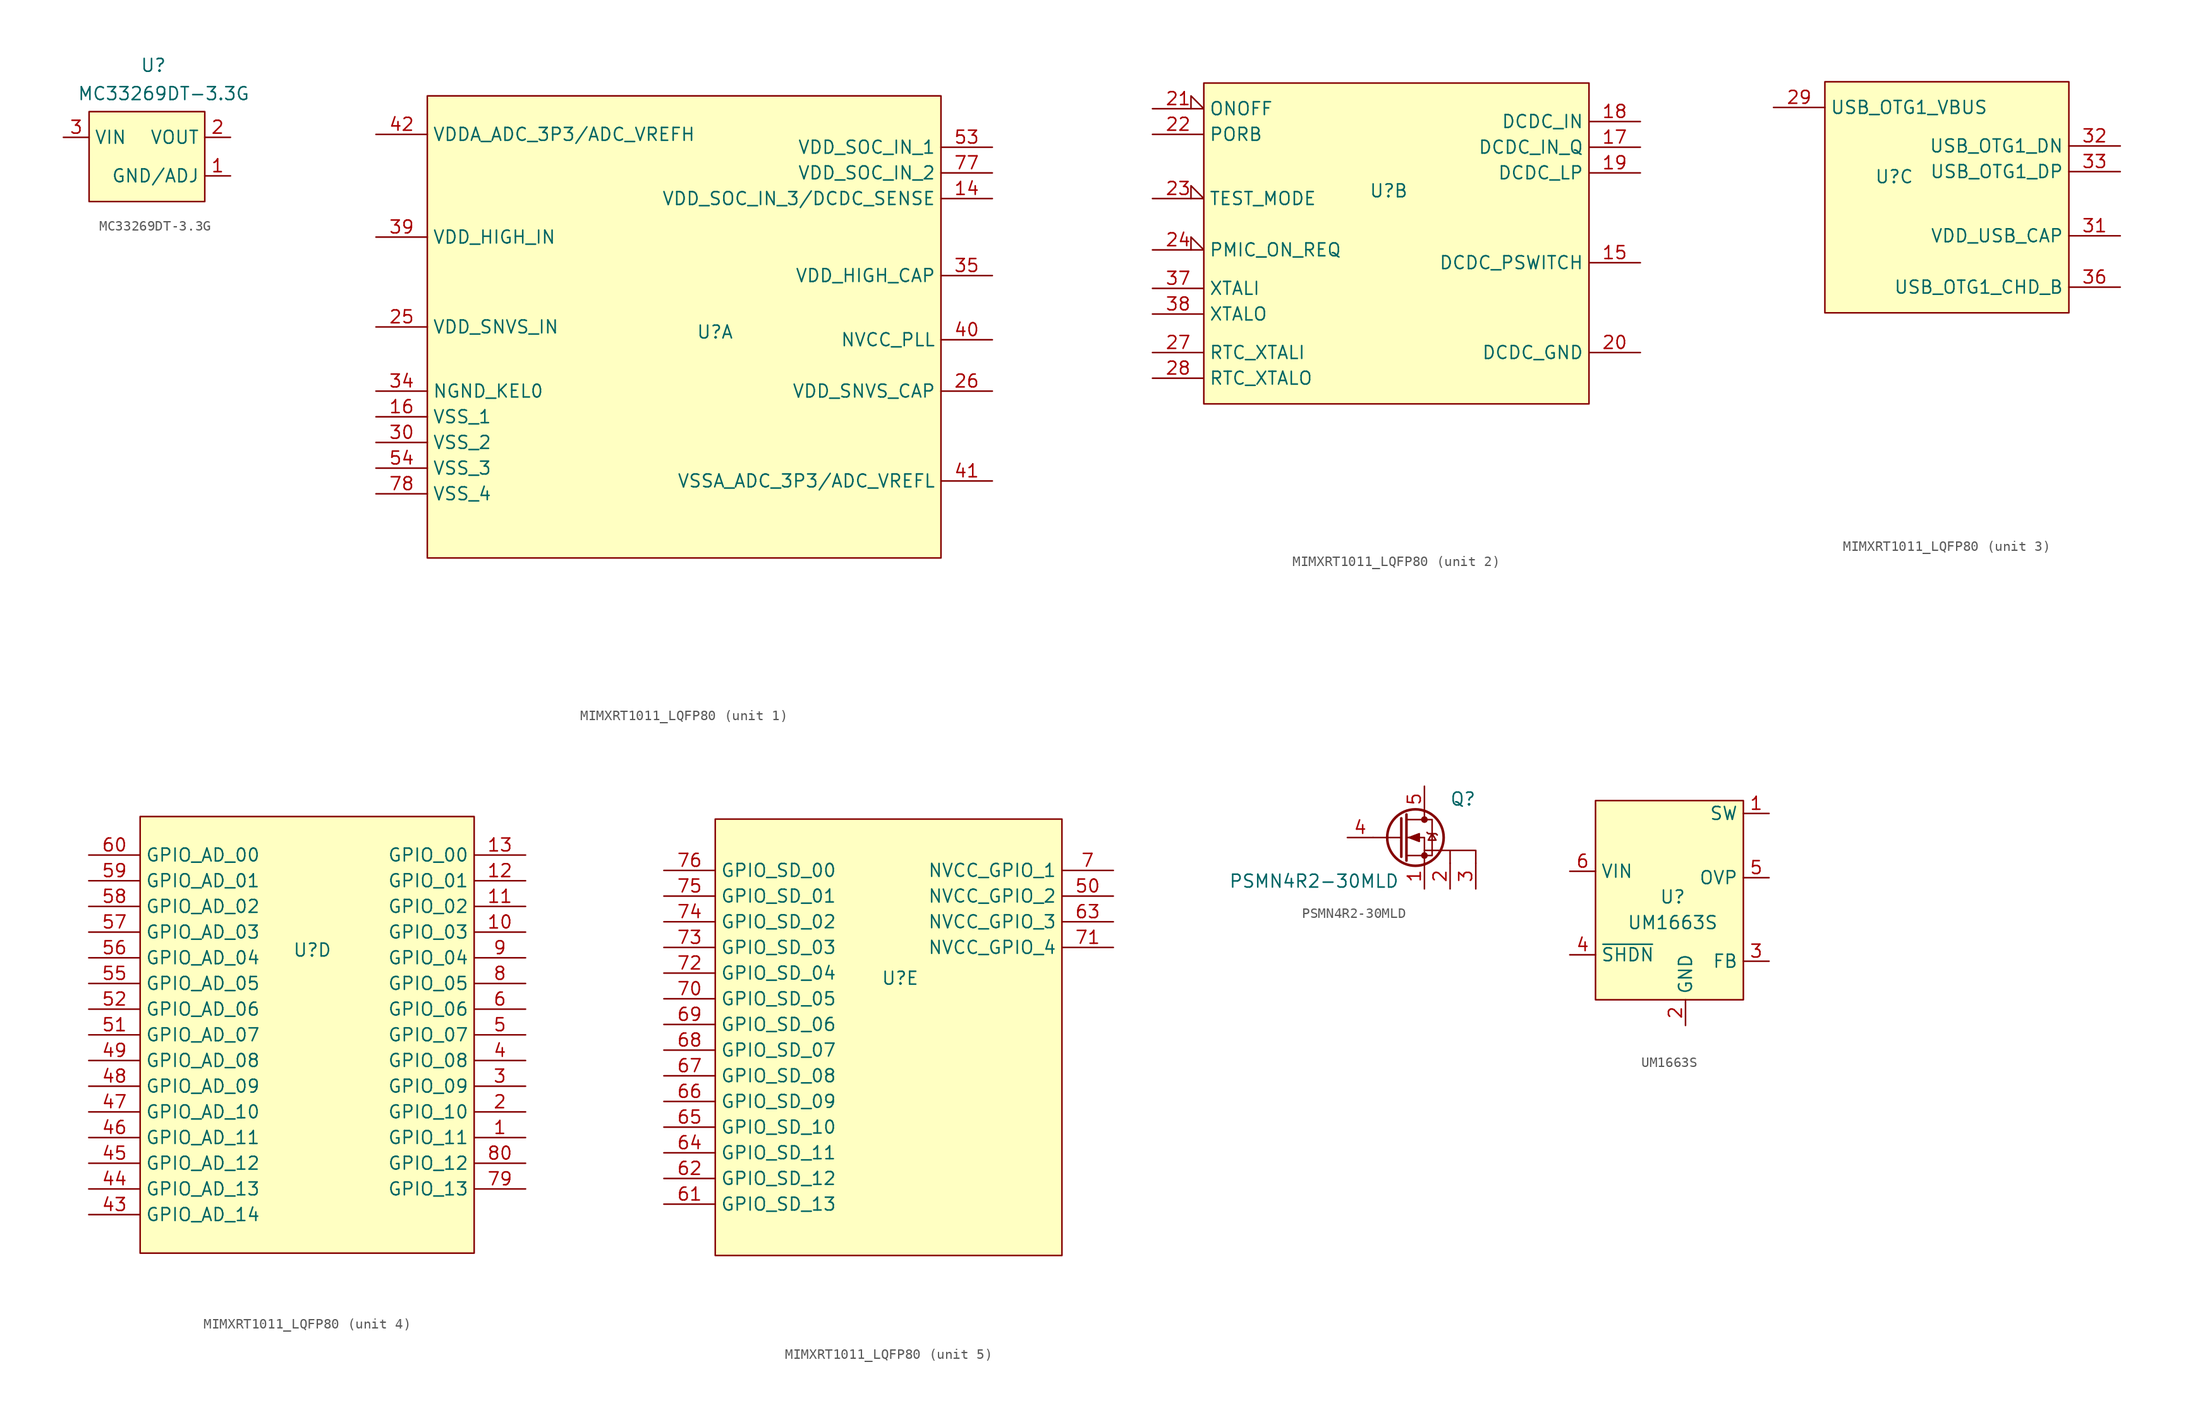
<source format=kicad_sym>
(kicad_symbol_lib
  (version 20241209)
  (generator "kicad_symbol_editor")
  (generator_version "9.0")
  (symbol "MC33269DT-3.3G"
    (property "Reference" "U"
      (at 0 0.762 0)
      (effects (font (size 1.27 1.27))))
    (property "Value" "MC33269DT-3.3G"
      (at 1.016 -2.032 0)
      (effects (font (size 1.27 1.27))))
    (symbol "MC33269DT-3.3G_1_1"
      (rectangle (start -6.35 -3.81) (end 5.08 -12.7) (stroke (width 0) (type solid)) (fill (type background)))
      (pin input line (at -8.89 -6.35 0) (length 2.54) (name "VIN" (effects (font (size 1.27 1.27)))) (number "3" (effects (font (size 1.27 1.27)))))
      (pin input line (at 7.62 -6.35 180) (length 2.54) (name "VOUT" (effects (font (size 1.27 1.27)))) (number "2" (effects (font (size 1.27 1.27)))))
      (pin input line (at 7.62 -10.16 180) (length 2.54) (name "GND/ADJ" (effects (font (size 1.27 1.27)))) (number "1" (effects (font (size 1.27 1.27)))))))
  (symbol "MIMXRT1011_LQFP80"
    (property "Reference" "U"
      (at -0.762 0.762 0)
      (effects (font (size 1.27 1.27))))
    (property "Value" ""
      (at -10.16 -30.48 0)
      (effects (font (size 1.27 1.27))))
    (property "ki_locked" ""
      (at 0 0 0)
      (effects (font (size 1.27 1.27))))
    (symbol "MIMXRT1011_LQFP80_1_1"
      (rectangle (start -29.21 24.13) (end 21.59 -21.59) (stroke (width 0) (type default)) (fill (type background)))
      (pin input line (at -34.29 20.32 0) (length 5.08) (name "VDDA_ADC_3P3/ADC_VREFH" (effects (font (size 1.27 1.27)))) (number "42" (effects (font (size 1.27 1.27)))))
      (pin input line (at -34.29 10.16 0) (length 5.08) (name "VDD_HIGH_IN" (effects (font (size 1.27 1.27)))) (number "39" (effects (font (size 1.27 1.27)))))
      (pin input line (at -34.29 1.27 0) (length 5.08) (name "VDD_SNVS_IN" (effects (font (size 1.27 1.27)))) (number "25" (effects (font (size 1.27 1.27)))))
      (pin input line (at -34.29 -5.08 0) (length 5.08) (name "NGND_KEL0" (effects (font (size 1.27 1.27)))) (number "34" (effects (font (size 1.27 1.27)))))
      (pin input line (at -34.29 -7.62 0) (length 5.08) (name "VSS_1" (effects (font (size 1.27 1.27)))) (number "16" (effects (font (size 1.27 1.27)))))
      (pin input line (at -34.29 -10.16 0) (length 5.08) (name "VSS_2" (effects (font (size 1.27 1.27)))) (number "30" (effects (font (size 1.27 1.27)))))
      (pin input line (at -34.29 -12.7 0) (length 5.08) (name "VSS_3" (effects (font (size 1.27 1.27)))) (number "54" (effects (font (size 1.27 1.27)))))
      (pin input line (at -34.29 -15.24 0) (length 5.08) (name "VSS_4" (effects (font (size 1.27 1.27)))) (number "78" (effects (font (size 1.27 1.27)))))
      (pin input line (at 26.67 19.05 180) (length 5.08) (name "VDD_SOC_IN_1" (effects (font (size 1.27 1.27)))) (number "53" (effects (font (size 1.27 1.27)))))
      (pin input line (at 26.67 16.51 180) (length 5.08) (name "VDD_SOC_IN_2" (effects (font (size 1.27 1.27)))) (number "77" (effects (font (size 1.27 1.27)))))
      (pin input line (at 26.67 13.97 180) (length 5.08) (name "VDD_SOC_IN_3/DCDC_SENSE" (effects (font (size 1.27 1.27)))) (number "14" (effects (font (size 1.27 1.27)))))
      (pin input line (at 26.67 6.35 180) (length 5.08) (name "VDD_HIGH_CAP" (effects (font (size 1.27 1.27)))) (number "35" (effects (font (size 1.27 1.27)))))
      (pin input line (at 26.67 0 180) (length 5.08) (name "NVCC_PLL" (effects (font (size 1.27 1.27)))) (number "40" (effects (font (size 1.27 1.27)))))
      (pin input line (at 26.67 -5.08 180) (length 5.08) (name "VDD_SNVS_CAP" (effects (font (size 1.27 1.27)))) (number "26" (effects (font (size 1.27 1.27)))))
      (pin input line (at 26.67 -13.97 180) (length 5.08) (name "VSSA_ADC_3P3/ADC_VREFL" (effects (font (size 1.27 1.27)))) (number "41" (effects (font (size 1.27 1.27))))))
    (symbol "MIMXRT1011_LQFP80_2_1"
      (rectangle (start -19.05 11.43) (end 19.05 -20.32) (stroke (width 0) (type default)) (fill (type background)))
      (pin input input_low (at -24.13 8.89 0) (length 5.08) (name "ONOFF" (effects (font (size 1.27 1.27)))) (number "21" (effects (font (size 1.27 1.27)))))
      (pin input line (at -24.13 6.35 0) (length 5.08) (name "PORB" (effects (font (size 1.27 1.27)))) (number "22" (effects (font (size 1.27 1.27)))))
      (pin input input_low (at -24.13 0 0) (length 5.08) (name "TEST_MODE" (effects (font (size 1.27 1.27)))) (number "23" (effects (font (size 1.27 1.27)))))
      (pin input input_low (at -24.13 -5.08 0) (length 5.08) (name "PMIC_ON_REQ" (effects (font (size 1.27 1.27)))) (number "24" (effects (font (size 1.27 1.27)))))
      (pin input line (at -24.13 -8.89 0) (length 5.08) (name "XTALI" (effects (font (size 1.27 1.27)))) (number "37" (effects (font (size 1.27 1.27)))))
      (pin input line (at -24.13 -11.43 0) (length 5.08) (name "XTALO" (effects (font (size 1.27 1.27)))) (number "38" (effects (font (size 1.27 1.27)))))
      (pin input line (at -24.13 -15.24 0) (length 5.08) (name "RTC_XTALI" (effects (font (size 1.27 1.27)))) (number "27" (effects (font (size 1.27 1.27)))))
      (pin input line (at -24.13 -17.78 0) (length 5.08) (name "RTC_XTALO" (effects (font (size 1.27 1.27)))) (number "28" (effects (font (size 1.27 1.27)))))
      (pin input line (at 24.13 7.62 180) (length 5.08) (name "DCDC_IN" (effects (font (size 1.27 1.27)))) (number "18" (effects (font (size 1.27 1.27)))))
      (pin input line (at 24.13 5.08 180) (length 5.08) (name "DCDC_IN_Q" (effects (font (size 1.27 1.27)))) (number "17" (effects (font (size 1.27 1.27)))))
      (pin input line (at 24.13 2.54 180) (length 5.08) (name "DCDC_LP" (effects (font (size 1.27 1.27)))) (number "19" (effects (font (size 1.27 1.27)))))
      (pin input line (at 24.13 -6.35 180) (length 5.08) (name "DCDC_PSWITCH" (effects (font (size 1.27 1.27)))) (number "15" (effects (font (size 1.27 1.27)))))
      (pin input line (at 24.13 -15.24 180) (length 5.08) (name "DCDC_GND" (effects (font (size 1.27 1.27)))) (number "20" (effects (font (size 1.27 1.27))))))
    (symbol "MIMXRT1011_LQFP80_3_1"
      (rectangle (start -7.62 10.16) (end 16.51 -12.7) (stroke (width 0) (type default)) (fill (type background)))
      (pin input line (at -12.7 7.62 0) (length 5.08) (name "USB_OTG1_VBUS" (effects (font (size 1.27 1.27)))) (number "29" (effects (font (size 1.27 1.27)))))
      (pin input line (at 21.59 3.81 180) (length 5.08) (name "USB_OTG1_DN" (effects (font (size 1.27 1.27)))) (number "32" (effects (font (size 1.27 1.27)))))
      (pin input line (at 21.59 1.27 180) (length 5.08) (name "USB_OTG1_DP" (effects (font (size 1.27 1.27)))) (number "33" (effects (font (size 1.27 1.27)))))
      (pin input line (at 21.59 -5.08 180) (length 5.08) (name "VDD_USB_CAP" (effects (font (size 1.27 1.27)))) (number "31" (effects (font (size 1.27 1.27)))))
      (pin input line (at 21.59 -10.16 180) (length 5.08) (name "USB_OTG1_CHD_B" (effects (font (size 1.27 1.27)))) (number "36" (effects (font (size 1.27 1.27))))))
    (symbol "MIMXRT1011_LQFP80_4_1"
      (rectangle (start -17.78 13.97) (end 15.24 -29.21) (stroke (width 0) (type default)) (fill (type background)))
      (pin input line (at -22.86 10.16 0) (length 5.08) (name "GPIO_AD_00" (effects (font (size 1.27 1.27)))) (number "60" (effects (font (size 1.27 1.27)))))
      (pin input line (at -22.86 7.62 0) (length 5.08) (name "GPIO_AD_01" (effects (font (size 1.27 1.27)))) (number "59" (effects (font (size 1.27 1.27)))))
      (pin input line (at -22.86 5.08 0) (length 5.08) (name "GPIO_AD_02" (effects (font (size 1.27 1.27)))) (number "58" (effects (font (size 1.27 1.27)))))
      (pin input line (at -22.86 2.54 0) (length 5.08) (name "GPIO_AD_03" (effects (font (size 1.27 1.27)))) (number "57" (effects (font (size 1.27 1.27)))))
      (pin input line (at -22.86 0 0) (length 5.08) (name "GPIO_AD_04" (effects (font (size 1.27 1.27)))) (number "56" (effects (font (size 1.27 1.27)))))
      (pin input line (at -22.86 -2.54 0) (length 5.08) (name "GPIO_AD_05" (effects (font (size 1.27 1.27)))) (number "55" (effects (font (size 1.27 1.27)))))
      (pin input line (at -22.86 -5.08 0) (length 5.08) (name "GPIO_AD_06" (effects (font (size 1.27 1.27)))) (number "52" (effects (font (size 1.27 1.27)))))
      (pin input line (at -22.86 -7.62 0) (length 5.08) (name "GPIO_AD_07" (effects (font (size 1.27 1.27)))) (number "51" (effects (font (size 1.27 1.27)))))
      (pin input line (at -22.86 -10.16 0) (length 5.08) (name "GPIO_AD_08" (effects (font (size 1.27 1.27)))) (number "49" (effects (font (size 1.27 1.27)))))
      (pin input line (at -22.86 -12.7 0) (length 5.08) (name "GPIO_AD_09" (effects (font (size 1.27 1.27)))) (number "48" (effects (font (size 1.27 1.27)))))
      (pin input line (at -22.86 -15.24 0) (length 5.08) (name "GPIO_AD_10" (effects (font (size 1.27 1.27)))) (number "47" (effects (font (size 1.27 1.27)))))
      (pin input line (at -22.86 -17.78 0) (length 5.08) (name "GPIO_AD_11" (effects (font (size 1.27 1.27)))) (number "46" (effects (font (size 1.27 1.27)))))
      (pin input line (at -22.86 -20.32 0) (length 5.08) (name "GPIO_AD_12" (effects (font (size 1.27 1.27)))) (number "45" (effects (font (size 1.27 1.27)))))
      (pin input line (at -22.86 -22.86 0) (length 5.08) (name "GPIO_AD_13" (effects (font (size 1.27 1.27)))) (number "44" (effects (font (size 1.27 1.27)))))
      (pin input line (at -22.86 -25.4 0) (length 5.08) (name "GPIO_AD_14" (effects (font (size 1.27 1.27)))) (number "43" (effects (font (size 1.27 1.27)))))
      (pin input line (at 20.32 10.16 180) (length 5.08) (name "GPIO_00" (effects (font (size 1.27 1.27)))) (number "13" (effects (font (size 1.27 1.27)))))
      (pin input line (at 20.32 7.62 180) (length 5.08) (name "GPIO_01" (effects (font (size 1.27 1.27)))) (number "12" (effects (font (size 1.27 1.27)))))
      (pin input line (at 20.32 5.08 180) (length 5.08) (name "GPIO_02" (effects (font (size 1.27 1.27)))) (number "11" (effects (font (size 1.27 1.27)))))
      (pin input line (at 20.32 2.54 180) (length 5.08) (name "GPIO_03" (effects (font (size 1.27 1.27)))) (number "10" (effects (font (size 1.27 1.27)))))
      (pin input line (at 20.32 0 180) (length 5.08) (name "GPIO_04" (effects (font (size 1.27 1.27)))) (number "9" (effects (font (size 1.27 1.27)))))
      (pin input line (at 20.32 -2.54 180) (length 5.08) (name "GPIO_05" (effects (font (size 1.27 1.27)))) (number "8" (effects (font (size 1.27 1.27)))))
      (pin input line (at 20.32 -5.08 180) (length 5.08) (name "GPIO_06" (effects (font (size 1.27 1.27)))) (number "6" (effects (font (size 1.27 1.27)))))
      (pin input line (at 20.32 -7.62 180) (length 5.08) (name "GPIO_07" (effects (font (size 1.27 1.27)))) (number "5" (effects (font (size 1.27 1.27)))))
      (pin input line (at 20.32 -10.16 180) (length 5.08) (name "GPIO_08" (effects (font (size 1.27 1.27)))) (number "4" (effects (font (size 1.27 1.27)))))
      (pin input line (at 20.32 -12.7 180) (length 5.08) (name "GPIO_09" (effects (font (size 1.27 1.27)))) (number "3" (effects (font (size 1.27 1.27)))))
      (pin input line (at 20.32 -15.24 180) (length 5.08) (name "GPIO_10" (effects (font (size 1.27 1.27)))) (number "2" (effects (font (size 1.27 1.27)))))
      (pin input line (at 20.32 -17.78 180) (length 5.08) (name "GPIO_11" (effects (font (size 1.27 1.27)))) (number "1" (effects (font (size 1.27 1.27)))))
      (pin input line (at 20.32 -20.32 180) (length 5.08) (name "GPIO_12" (effects (font (size 1.27 1.27)))) (number "80" (effects (font (size 1.27 1.27)))))
      (pin input line (at 20.32 -22.86 180) (length 5.08) (name "GPIO_13" (effects (font (size 1.27 1.27)))) (number "79" (effects (font (size 1.27 1.27))))))
    (symbol "MIMXRT1011_LQFP80_5_1"
      (rectangle (start -19.05 16.51) (end 15.24 -26.67) (stroke (width 0) (type default)) (fill (type background)))
      (pin input line (at -24.13 11.43 0) (length 5.08) (name "GPIO_SD_00" (effects (font (size 1.27 1.27)))) (number "76" (effects (font (size 1.27 1.27)))))
      (pin input line (at -24.13 8.89 0) (length 5.08) (name "GPIO_SD_01" (effects (font (size 1.27 1.27)))) (number "75" (effects (font (size 1.27 1.27)))))
      (pin input line (at -24.13 6.35 0) (length 5.08) (name "GPIO_SD_02" (effects (font (size 1.27 1.27)))) (number "74" (effects (font (size 1.27 1.27)))))
      (pin input line (at -24.13 3.81 0) (length 5.08) (name "GPIO_SD_03" (effects (font (size 1.27 1.27)))) (number "73" (effects (font (size 1.27 1.27)))))
      (pin input line (at -24.13 1.27 0) (length 5.08) (name "GPIO_SD_04" (effects (font (size 1.27 1.27)))) (number "72" (effects (font (size 1.27 1.27)))))
      (pin input line (at -24.13 -1.27 0) (length 5.08) (name "GPIO_SD_05" (effects (font (size 1.27 1.27)))) (number "70" (effects (font (size 1.27 1.27)))))
      (pin input line (at -24.13 -3.81 0) (length 5.08) (name "GPIO_SD_06" (effects (font (size 1.27 1.27)))) (number "69" (effects (font (size 1.27 1.27)))))
      (pin input line (at -24.13 -6.35 0) (length 5.08) (name "GPIO_SD_07" (effects (font (size 1.27 1.27)))) (number "68" (effects (font (size 1.27 1.27)))))
      (pin input line (at -24.13 -8.89 0) (length 5.08) (name "GPIO_SD_08" (effects (font (size 1.27 1.27)))) (number "67" (effects (font (size 1.27 1.27)))))
      (pin input line (at -24.13 -11.43 0) (length 5.08) (name "GPIO_SD_09" (effects (font (size 1.27 1.27)))) (number "66" (effects (font (size 1.27 1.27)))))
      (pin input line (at -24.13 -13.97 0) (length 5.08) (name "GPIO_SD_10" (effects (font (size 1.27 1.27)))) (number "65" (effects (font (size 1.27 1.27)))))
      (pin input line (at -24.13 -16.51 0) (length 5.08) (name "GPIO_SD_11" (effects (font (size 1.27 1.27)))) (number "64" (effects (font (size 1.27 1.27)))))
      (pin input line (at -24.13 -19.05 0) (length 5.08) (name "GPIO_SD_12" (effects (font (size 1.27 1.27)))) (number "62" (effects (font (size 1.27 1.27)))))
      (pin input line (at -24.13 -21.59 0) (length 5.08) (name "GPIO_SD_13" (effects (font (size 1.27 1.27)))) (number "61" (effects (font (size 1.27 1.27)))))
      (pin input line (at 20.32 11.43 180) (length 5.08) (name "NVCC_GPIO_1" (effects (font (size 1.27 1.27)))) (number "7" (effects (font (size 1.27 1.27)))))
      (pin input line (at 20.32 8.89 180) (length 5.08) (name "NVCC_GPIO_2" (effects (font (size 1.27 1.27)))) (number "50" (effects (font (size 1.27 1.27)))))
      (pin input line (at 20.32 6.35 180) (length 5.08) (name "NVCC_GPIO_3" (effects (font (size 1.27 1.27)))) (number "63" (effects (font (size 1.27 1.27)))))
      (pin input line (at 20.32 3.81 180) (length 5.08) (name "NVCC_GPIO_4" (effects (font (size 1.27 1.27)))) (number "71" (effects (font (size 1.27 1.27)))))))
  (symbol "PSMN4R2-30MLD"
    (pin_names
      (hide yes))
    (property "Reference" "Q"
      (at 0 0 0)
      (effects (font (size 1.27 1.27))))
    (property "Value" "PSMN4R2-30MLD"
      (at -14.732 -8.128 0)
      (effects (font (size 1.27 1.27))))
    (symbol "PSMN4R2-30MLD_0_1"
      (polyline (pts (xy -6.096 -1.905) (xy -6.096 -5.715)) (stroke (width 0.254) (type default)) (fill (type none)))
      (polyline (pts (xy -6.096 -3.81) (xy -8.89 -3.81)) (stroke (width 0) (type default)) (fill (type none)))
      (polyline (pts (xy -5.588 -1.524) (xy -5.588 -6.096)) (stroke (width 0.254) (type default)) (fill (type none)))
      (polyline (pts (xy -5.588 -5.588) (xy -3.048 -5.588) (xy -3.048 -2.032) (xy -5.588 -2.032)) (stroke (width 0) (type default)) (fill (type none)))
      (polyline (pts (xy -5.334 -3.81) (xy -4.318 -3.429) (xy -4.318 -4.191) (xy -5.334 -3.81)) (stroke (width 0) (type default)) (fill (type outline)))
      (circle (center -4.699 -3.81) (radius 2.794) (stroke (width 0.254) (type default)) (fill (type none)))
      (polyline (pts (xy -3.81 -1.27) (xy -3.81 -2.032)) (stroke (width 0) (type default)) (fill (type none)))
      (circle (center -3.81 -2.032) (radius 0.254) (stroke (width 0) (type default)) (fill (type outline)))
      (circle (center -3.81 -5.588) (radius 0.254) (stroke (width 0) (type default)) (fill (type outline)))
      (polyline (pts (xy -3.81 -6.35) (xy -3.81 -3.81) (xy -5.588 -3.81)) (stroke (width 0) (type default)) (fill (type none)))
      (polyline (pts (xy -3.556 -3.302) (xy -3.429 -3.429) (xy -2.667 -3.429) (xy -2.54 -3.556)) (stroke (width 0) (type default)) (fill (type none)))
      (polyline (pts (xy -3.048 -3.429) (xy -3.429 -4.064) (xy -2.667 -4.064) (xy -3.048 -3.429)) (stroke (width 0) (type default)) (fill (type none)))
      (polyline (pts (xy -1.27 -6.35) (xy -1.27 -5.08) (xy -3.81 -5.08)) (stroke (width 0) (type default)) (fill (type none)))
      (polyline (pts (xy 1.27 -6.35) (xy 1.27 -5.08) (xy -1.27 -5.08)) (stroke (width 0) (type default)) (fill (type none))))
    (symbol "PSMN4R2-30MLD_1_1"
      (pin input line (at -11.43 -3.81 0) (length 2.54) (name "G" (effects (font (size 1.27 1.27)))) (number "4" (effects (font (size 1.27 1.27)))))
      (pin passive line (at -3.81 1.27 270) (length 2.54) (name "D" (effects (font (size 1.27 1.27)))) (number "5" (effects (font (size 1.27 1.27)))))
      (pin passive line (at -3.81 -8.89 90) (length 2.54) (name "S" (effects (font (size 1.27 1.27)))) (number "1" (effects (font (size 1.27 1.27)))))
      (pin passive line (at -1.27 -8.89 90) (length 2.54) (name "S" (effects (font (size 1.27 1.27)))) (number "2" (effects (font (size 1.27 1.27)))))
      (pin passive line (at 1.27 -8.89 90) (length 2.54) (name "S" (effects (font (size 1.27 1.27)))) (number "3" (effects (font (size 1.27 1.27)))))))
  (symbol "UM1663S"
    (property "Reference" "U"
      (at -1.27 2.54 0)
      (effects (font (size 1.27 1.27))))
    (property "Value" "UM1663S"
      (at -1.27 0 0)
      (effects (font (size 1.27 1.27))))
    (symbol "UM1663S_1_1"
      (rectangle (start -8.89 12.065) (end 5.715 -7.62) (stroke (width 0) (type solid)) (fill (type background)))
      (pin input line (at -11.43 5.08 0) (length 2.54) (name "VIN" (effects (font (size 1.27 1.27)))) (number "6" (effects (font (size 1.27 1.27)))))
      (pin input line (at -11.43 -3.175 0) (length 2.54) (name "~{SHDN}" (effects (font (size 1.27 1.27)))) (number "4" (effects (font (size 1.27 1.27)))))
      (pin input line (at 0 -10.16 90) (length 2.54) (name "GND" (effects (font (size 1.27 1.27)))) (number "2" (effects (font (size 1.27 1.27)))))
      (pin input line (at 8.255 10.795 180) (length 2.54) (name "SW" (effects (font (size 1.27 1.27)))) (number "1" (effects (font (size 1.27 1.27)))))
      (pin input line (at 8.255 4.445 180) (length 2.54) (name "OVP" (effects (font (size 1.27 1.27)))) (number "5" (effects (font (size 1.27 1.27)))))
      (pin input line (at 8.255 -3.81 180) (length 2.54) (name "FB" (effects (font (size 1.27 1.27)))) (number "3" (effects (font (size 1.27 1.27))))))))
</source>
